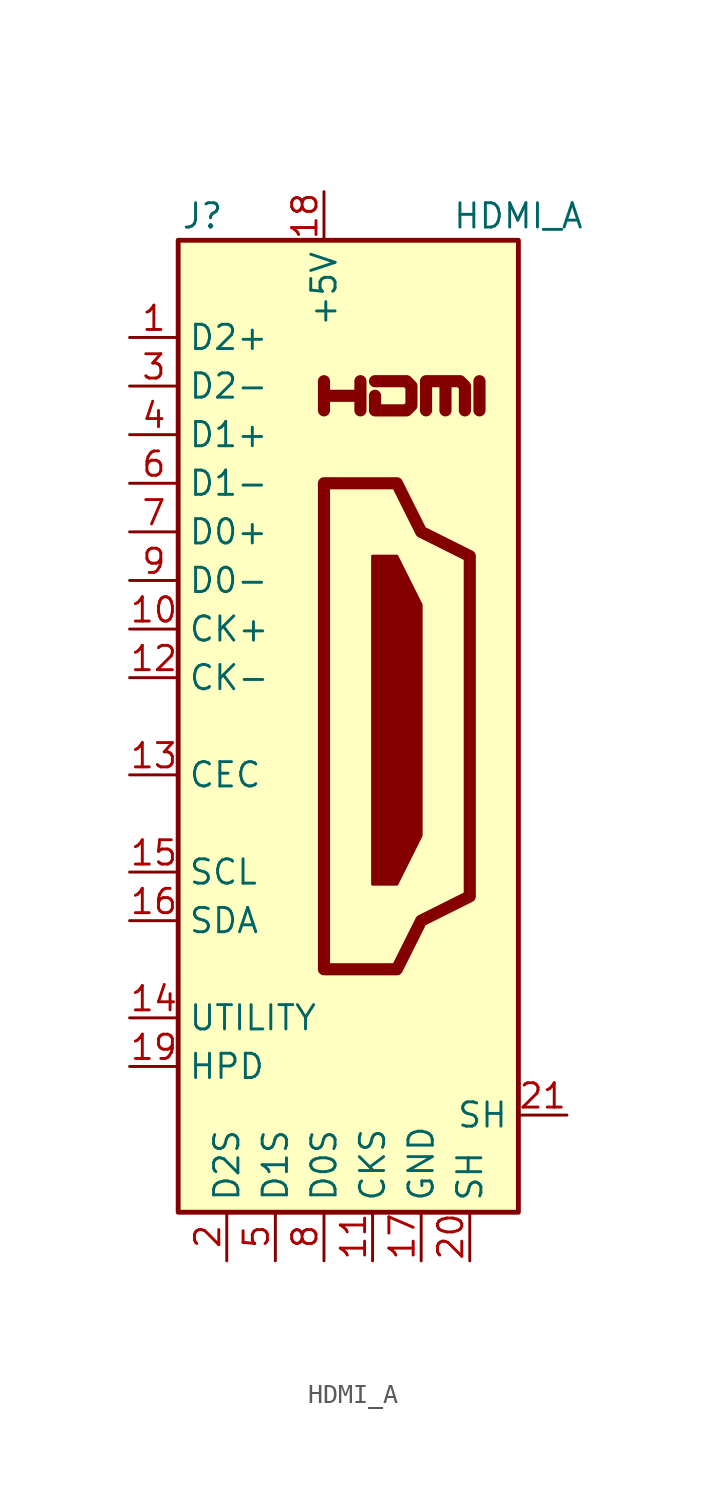
<source format=kicad_sym>
(kicad_symbol_lib
  (version 20231120)
  (generator "kicad_symbol_editor")
  (generator_version "8.0")
  (symbol "HDMI_A"
    (property "Reference" "J"
      (at -6.35 26.67 0)
      (effects (font (size 1.27 1.27))))
    (property "Value" "HDMI_A"
      (at 10.16 26.67 0)
      (effects (font (size 1.27 1.27))))
    (symbol "HDMI_A_0_0"
      (polyline (pts (xy 8.128 16.51) (xy 8.128 18.034)) (stroke (width 0.635) (type default)) (fill (type none)))
      (polyline (pts (xy 0 16.51) (xy 0 18.034) (xy 0 17.272) (xy 1.905 17.272) (xy 1.905 18.034) (xy 1.905 16.51)) (stroke (width 0.635) (type default)) (fill (type none)))
      (polyline (pts (xy 2.667 18.034) (xy 4.318 18.034) (xy 4.572 17.78) (xy 4.572 16.764) (xy 4.318 16.51) (xy 2.667 16.51) (xy 2.667 17.272)) (stroke (width 0.635) (type default)) (fill (type none))))
    (symbol "HDMI_A_0_1"
      (rectangle (start -7.62 25.4) (end 10.16 -25.4) (stroke (width 0.254) (type default)) (fill (type background)))
      (polyline (pts (xy 2.54 8.89) (xy 3.81 8.89) (xy 5.08 6.35) (xy 5.08 -5.715) (xy 3.81 -8.255) (xy 2.54 -8.255) (xy 2.54 8.89)) (stroke (width 0) (type default)) (fill (type outline)))
      (polyline (pts (xy 5.334 16.51) (xy 5.334 18.034) (xy 6.35 18.034) (xy 6.35 16.51) (xy 6.35 18.034) (xy 7.112 18.034) (xy 7.366 17.78) (xy 7.366 16.51)) (stroke (width 0.635) (type default)) (fill (type none)))
      (polyline (pts (xy 0 12.7) (xy 0 -12.7) (xy 3.81 -12.7) (xy 5.08 -10.16) (xy 7.62 -8.89) (xy 7.62 8.89) (xy 5.08 10.16) (xy 3.81 12.7) (xy 0 12.7)) (stroke (width 0.635) (type default)) (fill (type none))))
    (symbol "HDMI_A_1_1"
      (pin passive line (at -10.16 20.32 0) (length 2.54) (name "D2+" (effects (font (size 1.27 1.27)))) (number "1" (effects (font (size 1.27 1.27)))))
      (pin passive line (at -10.16 5.08 0) (length 2.54) (name "CK+" (effects (font (size 1.27 1.27)))) (number "10" (effects (font (size 1.27 1.27)))))
      (pin power_in line (at 2.54 -27.94 90) (length 2.54) (name "CKS" (effects (font (size 1.27 1.27)))) (number "11" (effects (font (size 1.27 1.27)))))
      (pin passive line (at -10.16 2.54 0) (length 2.54) (name "CK-" (effects (font (size 1.27 1.27)))) (number "12" (effects (font (size 1.27 1.27)))))
      (pin bidirectional line (at -10.16 -2.54 0) (length 2.54) (name "CEC" (effects (font (size 1.27 1.27)))) (number "13" (effects (font (size 1.27 1.27)))))
      (pin passive line (at -10.16 -15.24 0) (length 2.54) (name "UTILITY" (effects (font (size 1.27 1.27)))) (number "14" (effects (font (size 1.27 1.27)))))
      (pin passive line (at -10.16 -7.62 0) (length 2.54) (name "SCL" (effects (font (size 1.27 1.27)))) (number "15" (effects (font (size 1.27 1.27)))))
      (pin bidirectional line (at -10.16 -10.16 0) (length 2.54) (name "SDA" (effects (font (size 1.27 1.27)))) (number "16" (effects (font (size 1.27 1.27)))))
      (pin power_in line (at 5.08 -27.94 90) (length 2.54) (name "GND" (effects (font (size 1.27 1.27)))) (number "17" (effects (font (size 1.27 1.27)))))
      (pin power_in line (at 0 27.94 270) (length 2.54) (name "+5V" (effects (font (size 1.27 1.27)))) (number "18" (effects (font (size 1.27 1.27)))))
      (pin passive line (at -10.16 -17.78 0) (length 2.54) (name "HPD" (effects (font (size 1.27 1.27)))) (number "19" (effects (font (size 1.27 1.27)))))
      (pin power_in line (at -5.08 -27.94 90) (length 2.54) (name "D2S" (effects (font (size 1.27 1.27)))) (number "2" (effects (font (size 1.27 1.27)))))
      (pin passive line (at 7.62 -27.94 90) (length 2.54) (name "SH" (effects (font (size 1.27 1.27)))) (number "20" (effects (font (size 1.27 1.27)))))
      (pin passive line (at 12.7 -20.32 180) (length 2.54) (name "SH" (effects (font (size 1.27 1.27)))) (number "21" (effects (font (size 1.27 1.27)))))
      (pin passive line (at -10.16 17.78 0) (length 2.54) (name "D2-" (effects (font (size 1.27 1.27)))) (number "3" (effects (font (size 1.27 1.27)))))
      (pin passive line (at -10.16 15.24 0) (length 2.54) (name "D1+" (effects (font (size 1.27 1.27)))) (number "4" (effects (font (size 1.27 1.27)))))
      (pin power_in line (at -2.54 -27.94 90) (length 2.54) (name "D1S" (effects (font (size 1.27 1.27)))) (number "5" (effects (font (size 1.27 1.27)))))
      (pin passive line (at -10.16 12.7 0) (length 2.54) (name "D1-" (effects (font (size 1.27 1.27)))) (number "6" (effects (font (size 1.27 1.27)))))
      (pin passive line (at -10.16 10.16 0) (length 2.54) (name "D0+" (effects (font (size 1.27 1.27)))) (number "7" (effects (font (size 1.27 1.27)))))
      (pin power_in line (at 0 -27.94 90) (length 2.54) (name "D0S" (effects (font (size 1.27 1.27)))) (number "8" (effects (font (size 1.27 1.27)))))
      (pin passive line (at -10.16 7.62 0) (length 2.54) (name "D0-" (effects (font (size 1.27 1.27)))) (number "9" (effects (font (size 1.27 1.27))))))))
</source>
